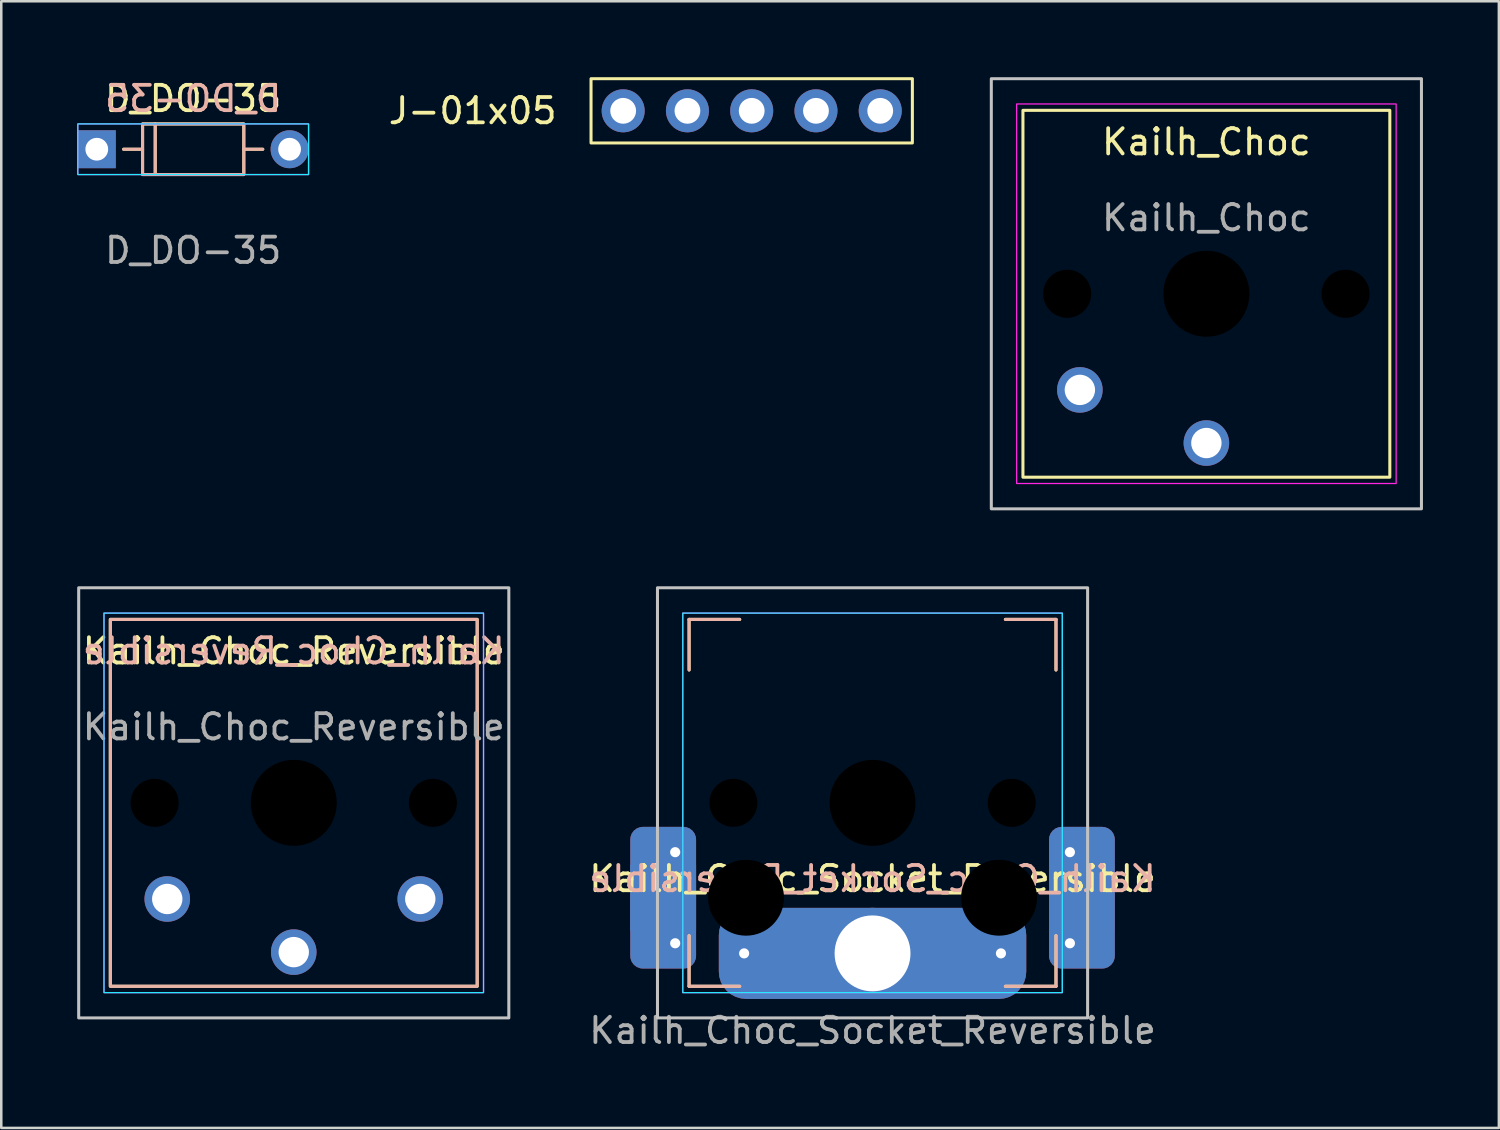
<source format=kicad_pcb>
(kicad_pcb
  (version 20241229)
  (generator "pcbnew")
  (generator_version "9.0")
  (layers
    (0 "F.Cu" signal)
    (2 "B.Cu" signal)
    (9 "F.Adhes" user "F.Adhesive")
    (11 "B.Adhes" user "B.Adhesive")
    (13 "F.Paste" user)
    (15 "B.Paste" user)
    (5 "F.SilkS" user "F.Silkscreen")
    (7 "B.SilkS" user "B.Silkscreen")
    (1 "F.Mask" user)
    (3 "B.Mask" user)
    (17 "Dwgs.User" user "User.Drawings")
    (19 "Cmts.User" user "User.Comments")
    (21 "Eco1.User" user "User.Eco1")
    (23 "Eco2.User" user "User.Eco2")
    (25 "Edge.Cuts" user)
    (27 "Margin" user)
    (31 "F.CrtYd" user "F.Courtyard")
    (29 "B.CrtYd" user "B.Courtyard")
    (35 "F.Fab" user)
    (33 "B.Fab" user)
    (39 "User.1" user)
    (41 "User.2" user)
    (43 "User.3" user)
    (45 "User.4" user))
  (footprint "D_DO-35"
    (layer "F.Cu")
    (at 0.775 2.848)
    (property "Reference" "D_DO-35" (at 3.81 -2 0) (unlocked yes) (layer "F.SilkS") (effects (font (size 1 1) (thickness 0.15))))
    (attr through_hole)
    (fp_line (start 1.81 0) (end 1.06 0) (stroke (width 0.12) (type solid)) (layer "F.SilkS"))
    (fp_line (start 2.31 -1) (end 2.31 1) (stroke (width 0.12) (type solid)) (layer "F.SilkS"))
    (fp_line (start 6.56 0) (end 5.81 0) (stroke (width 0.12) (type solid)) (layer "F.SilkS"))
    (fp_rect (start 1.81 -1) (end 5.81 1) (stroke (width 0.12) (type solid)) (fill no) (layer "F.SilkS"))
    (fp_line (start 1.81 0) (end 1.06 0) (stroke (width 0.12) (type solid)) (layer "B.SilkS"))
    (fp_line (start 2.31 -1) (end 2.31 1) (stroke (width 0.12) (type solid)) (layer "B.SilkS"))
    (fp_line (start 6.56 0) (end 5.81 0) (stroke (width 0.12) (type solid)) (layer "B.SilkS"))
    (fp_rect (start 1.81 -1) (end 5.81 1) (stroke (width 0.12) (type solid)) (fill no) (layer "B.SilkS"))
    (fp_rect (start -0.75 -1) (end 8.37 1) (stroke (width 0.05) (type solid)) (fill no) (layer "B.CrtYd"))
    (fp_rect (start -0.75 -1) (end 8.37 1) (stroke (width 0.05) (type solid)) (fill no) (layer "F.CrtYd"))
    (fp_text user "${REFERENCE}" (at 3.81 -2 0) (unlocked yes) (layer "B.SilkS") (effects (font (size 1 1) (thickness 0.15)) (justify mirror)))
    (fp_text user "${REFERENCE}" (at 3.81 4 0) (unlocked yes) (layer "F.Fab") (effects (font (size 1 1) (thickness 0.15))))
    (pad "1" thru_hole rect (at 0 0) (size 1.5 1.5) (drill 0.9) (layers "*.Cu" "*.Mask"))
    (pad "2" thru_hole circle (at 7.62 0) (size 1.5 1.5) (drill 0.9) (layers "*.Cu" "*.Mask")))
  (footprint "J-01x05"
    (layer "F.Cu")
    (at 21.579 1.33)
    (property "Reference" "J-01x05" (at -2.54 0 0) (unlocked yes) (layer "F.SilkS") (effects (font (size 1 1) (thickness 0.15)) (justify right)))
    (attr through_hole)
    (fp_rect (start -1.27 -1.27) (end 11.43 1.27) (stroke (width 0.12) (type solid)) (fill no) (layer "F.SilkS"))
    (pad "1" thru_hole circle (at 0 0) (size 1.7 1.7) (drill 1.02) (layers "*.Cu" "*.Mask"))
    (pad "2" thru_hole circle (at 2.54 0) (size 1.7 1.7) (drill 1.02) (layers "*.Cu" "*.Mask"))
    (pad "3" thru_hole circle (at 5.08 0) (size 1.7 1.7) (drill 1.02) (layers "*.Cu" "*.Mask"))
    (pad "4" thru_hole circle (at 7.62 0) (size 1.7 1.7) (drill 1.02) (layers "*.Cu" "*.Mask"))
    (pad "5" thru_hole circle (at 10.16 0) (size 1.7 1.7) (drill 1.02) (layers "*.Cu" "*.Mask")))
  (footprint "Kailh_Choc"
    (layer "F.Cu")
    (at 44.629 8.56)
    (property "Reference" "Kailh_Choc" (at 0 -6 0) (unlocked yes) (layer "F.SilkS") (effects (font (size 1 1) (thickness 0.15))))
    (attr through_hole)
    (fp_rect (start -7.25 -7.25) (end 7.25 7.25) (stroke (width 0.12) (type solid)) (fill no) (layer "F.SilkS"))
    (fp_rect (start -8.5 -8.5) (end 8.5 8.5) (stroke (width 0.12) (type solid)) (fill no) (layer "Dwgs.User"))
    (fp_rect (start -7.5 -7.5) (end 7.5 7.5) (stroke (width 0.05) (type solid)) (fill no) (layer "F.CrtYd"))
    (fp_text user "${REFERENCE}" (at 0 -3 0) (unlocked yes) (layer "F.Fab") (effects (font (size 1 1) (thickness 0.15))))
    (pad "" np_thru_hole circle (at -5.5 0) (size 1.9 1.9) (drill 1.9) (layers "*.Mask"))
    (pad "" np_thru_hole circle (at 0 0) (size 3.4 3.4) (drill 3.4) (layers "*.Mask"))
    (pad "" np_thru_hole circle (at 5.5 0) (size 1.9 1.9) (drill 1.9) (layers "*.Mask"))
    (pad "1" thru_hole circle (at 0 5.9) (size 1.8 1.8) (drill 1.2) (layers "*.Cu" "*.Mask"))
    (pad "2" thru_hole circle (at -5 3.8) (size 1.8 1.8) (drill 1.2) (layers "*.Cu" "*.Mask")))
  (footprint "Kailh_Choc_Reversible"
    (layer "F.Cu")
    (at 8.56 28.68)
    (property "Reference" "Kailh_Choc_Reversible" (at 0 -6 0) (unlocked yes) (layer "F.SilkS") (effects (font (size 1 1) (thickness 0.15))))
    (attr through_hole)
    (fp_rect (start -7.25 -7.25) (end 7.25 7.25) (stroke (width 0.12) (type solid)) (fill no) (layer "F.SilkS"))
    (fp_rect (start -7.25 -7.25) (end 7.25 7.25) (stroke (width 0.12) (type solid)) (fill no) (layer "B.SilkS"))
    (fp_rect (start -8.5 -8.5) (end 8.5 8.5) (stroke (width 0.12) (type solid)) (fill no) (layer "Dwgs.User"))
    (fp_rect (start -7.5 -7.5) (end 7.5 7.5) (stroke (width 0.05) (type solid)) (fill no) (layer "B.CrtYd"))
    (fp_rect (start -7.5 -7.5) (end 7.5 7.5) (stroke (width 0.05) (type solid)) (fill no) (layer "F.CrtYd"))
    (fp_text user "${REFERENCE}" (at 0 -6 0) (unlocked yes) (layer "B.SilkS") (effects (font (size 1 1) (thickness 0.15)) (justify mirror)))
    (fp_text user "${REFERENCE}" (at 0 -3 0) (unlocked yes) (layer "F.Fab") (effects (font (size 1 1) (thickness 0.15))))
    (pad "" np_thru_hole circle (at -5.5 0) (size 1.9 1.9) (drill 1.9) (layers "*.Mask"))
    (pad "" np_thru_hole circle (at 0 0) (size 3.4 3.4) (drill 3.4) (layers "*.Mask"))
    (pad "" np_thru_hole circle (at 5.5 0) (size 1.9 1.9) (drill 1.9) (layers "*.Mask"))
    (pad "1" thru_hole circle (at 0 5.9) (size 1.8 1.8) (drill 1.2) (layers "*.Cu" "*.Mask"))
    (pad "2" thru_hole circle (at -5 3.8) (size 1.8 1.8) (drill 1.2) (layers "*.Cu" "*.Mask"))
    (pad "2" thru_hole circle (at 5 3.8) (size 1.8 1.8) (drill 1.2) (layers "*.Cu" "*.Mask")))
  (footprint "Kailh_Choc_Socket_Reversible"
    (layer "F.Cu")
    (at 31.435 28.68)
    (property "Reference" "Kailh_Choc_Socket_Reversible" (at 0 3 0) (unlocked yes) (layer "F.SilkS") (effects (font (size 1 1) (thickness 0.15))))
    (attr through_hole)
    (fp_line (start -7.25 -7.25) (end -7.25 -5.25) (stroke (width 0.12) (type solid)) (layer "F.SilkS"))
    (fp_line (start -7.25 -7.25) (end -5.25 -7.25) (stroke (width 0.12) (type solid)) (layer "F.SilkS"))
    (fp_line (start -7.25 7.25) (end -7.25 5.25) (stroke (width 0.12) (type solid)) (layer "F.SilkS"))
    (fp_line (start -7.25 7.25) (end -5.25 7.25) (stroke (width 0.12) (type solid)) (layer "F.SilkS"))
    (fp_line (start 7.25 -7.25) (end 5.25 -7.25) (stroke (width 0.12) (type solid)) (layer "F.SilkS"))
    (fp_line (start 7.25 -7.25) (end 7.25 -5.25) (stroke (width 0.12) (type solid)) (layer "F.SilkS"))
    (fp_line (start 7.25 7.25) (end 5.25 7.25) (stroke (width 0.12) (type solid)) (layer "F.SilkS"))
    (fp_line (start 7.25 7.25) (end 7.25 5.25) (stroke (width 0.12) (type solid)) (layer "F.SilkS"))
    (fp_line (start -7.25 -7.25) (end -7.25 -5.25) (stroke (width 0.12) (type solid)) (layer "B.SilkS"))
    (fp_line (start -7.25 5.25) (end -7.25 7.25) (stroke (width 0.12) (type solid)) (layer "B.SilkS"))
    (fp_line (start -7.25 7.25) (end -5.25 7.25) (stroke (width 0.12) (type solid)) (layer "B.SilkS"))
    (fp_line (start -5.25 -7.25) (end -7.25 -7.25) (stroke (width 0.12) (type solid)) (layer "B.SilkS"))
    (fp_line (start 5.25 7.25) (end 7.25 7.25) (stroke (width 0.12) (type solid)) (layer "B.SilkS"))
    (fp_line (start 7.25 -7.25) (end 5.25 -7.25) (stroke (width 0.12) (type solid)) (layer "B.SilkS"))
    (fp_line (start 7.25 -7.25) (end 7.25 -5.25) (stroke (width 0.12) (type solid)) (layer "B.SilkS"))
    (fp_line (start 7.25 7.25) (end 7.25 5.25) (stroke (width 0.12) (type solid)) (layer "B.SilkS"))
    (fp_rect (start -8.5 -8.5) (end 8.5 8.5) (stroke (width 0.12) (type solid)) (fill no) (layer "Dwgs.User"))
    (fp_rect (start -7.5 -7.5) (end 7.5 7.5) (stroke (width 0.05) (type solid)) (fill no) (layer "B.CrtYd"))
    (fp_rect (start -7.5 -7.5) (end 7.5 7.5) (stroke (width 0.05) (type solid)) (fill no) (layer "F.CrtYd"))
    (fp_text user "${REFERENCE}" (at 0 3 0) (unlocked yes) (layer "B.SilkS") (effects (font (size 1 1) (thickness 0.15)) (justify mirror)))
    (fp_text user "${REFERENCE}" (at 0 9 0) (unlocked yes) (layer "F.Fab") (effects (font (size 1 1) (thickness 0.15))))
    (pad "" np_thru_hole circle (at -5.5 0) (size 1.9 1.9) (drill 1.9) (layers "*.Mask"))
    (pad "" np_thru_hole circle (at -5 3.75) (size 3 3) (drill 3) (layers "*.Mask"))
    (pad "" np_thru_hole circle (at 0 0) (size 3.4 3.4) (drill 3.4) (layers "*.Mask"))
    (pad "" np_thru_hole circle (at 5 3.75) (size 3 3) (drill 3) (layers "*.Mask"))
    (pad "" np_thru_hole circle (at 5.5 0) (size 1.9 1.9) (drill 1.9) (layers "*.Mask"))
    (pad "1" thru_hole circle (at -5.075 5.95) (size 1 1) (drill 0.4) (layers "*.Cu"))
    (pad "1" smd rect (at -3.275 5.95) (size 2.6 2.6) (layers "F.Cu" "F.Mask" "F.Paste"))
    (pad "1" thru_hole circle (at 0 5.95) (size 3.6 3.6) (drill 3) (layers "*.Cu" "*.Mask"))
    (pad "1" smd roundrect (at 0 5.95) (size 12.15 3.6) (layers "F.Cu") (roundrect_rratio 0.3))
    (pad "1" smd roundrect (at 0 5.95) (size 12.15 3.6) (layers "B.Cu") (roundrect_rratio 0.3))
    (pad "1" smd rect (at 3.275 5.95) (size 2.6 2.6) (layers "B.Cu" "B.Mask" "B.Paste"))
    (pad "1" thru_hole circle (at 5.075 5.95) (size 1 1) (drill 0.4) (layers "*.Cu"))
    (pad "2" smd rect (at -8.275 3.75) (size 2.6 2.6) (layers "B.Cu" "B.Mask" "B.Paste"))
    (pad "2" smd roundrect (at -8.275 3.75) (size 2.6 5.6) (layers "F.Cu") (roundrect_rratio 0.192))
    (pad "2" smd roundrect (at -8.275 3.75) (size 2.6 5.6) (layers "B.Cu") (roundrect_rratio 0.192))
    (pad "2" thru_hole circle (at -7.8 1.95) (size 1 1) (drill 0.4) (layers "*.Cu"))
    (pad "2" thru_hole circle (at -7.8 5.55) (size 1 1) (drill 0.4) (layers "*.Cu"))
    (pad "2" thru_hole circle (at 7.8 1.95) (size 1 1) (drill 0.4) (layers "*.Cu"))
    (pad "2" thru_hole circle (at 7.8 5.55) (size 1 1) (drill 0.4) (layers "*.Cu"))
    (pad "2" smd rect (at 8.275 3.75) (size 2.6 2.6) (layers "F.Cu" "F.Mask" "F.Paste"))
    (pad "2" smd roundrect (at 8.275 3.75) (size 2.6 5.6) (layers "F.Cu") (roundrect_rratio 0.192))
    (pad "2" smd roundrect (at 8.275 3.75) (size 2.6 5.6) (layers "B.Cu") (roundrect_rratio 0.192)))
  (gr_rect
    (start -3 -3)
    (end 56.189 41.528)
    (stroke (width 0.1) (type default))
    (fill no)
    (layer "Edge.Cuts")))
</source>
